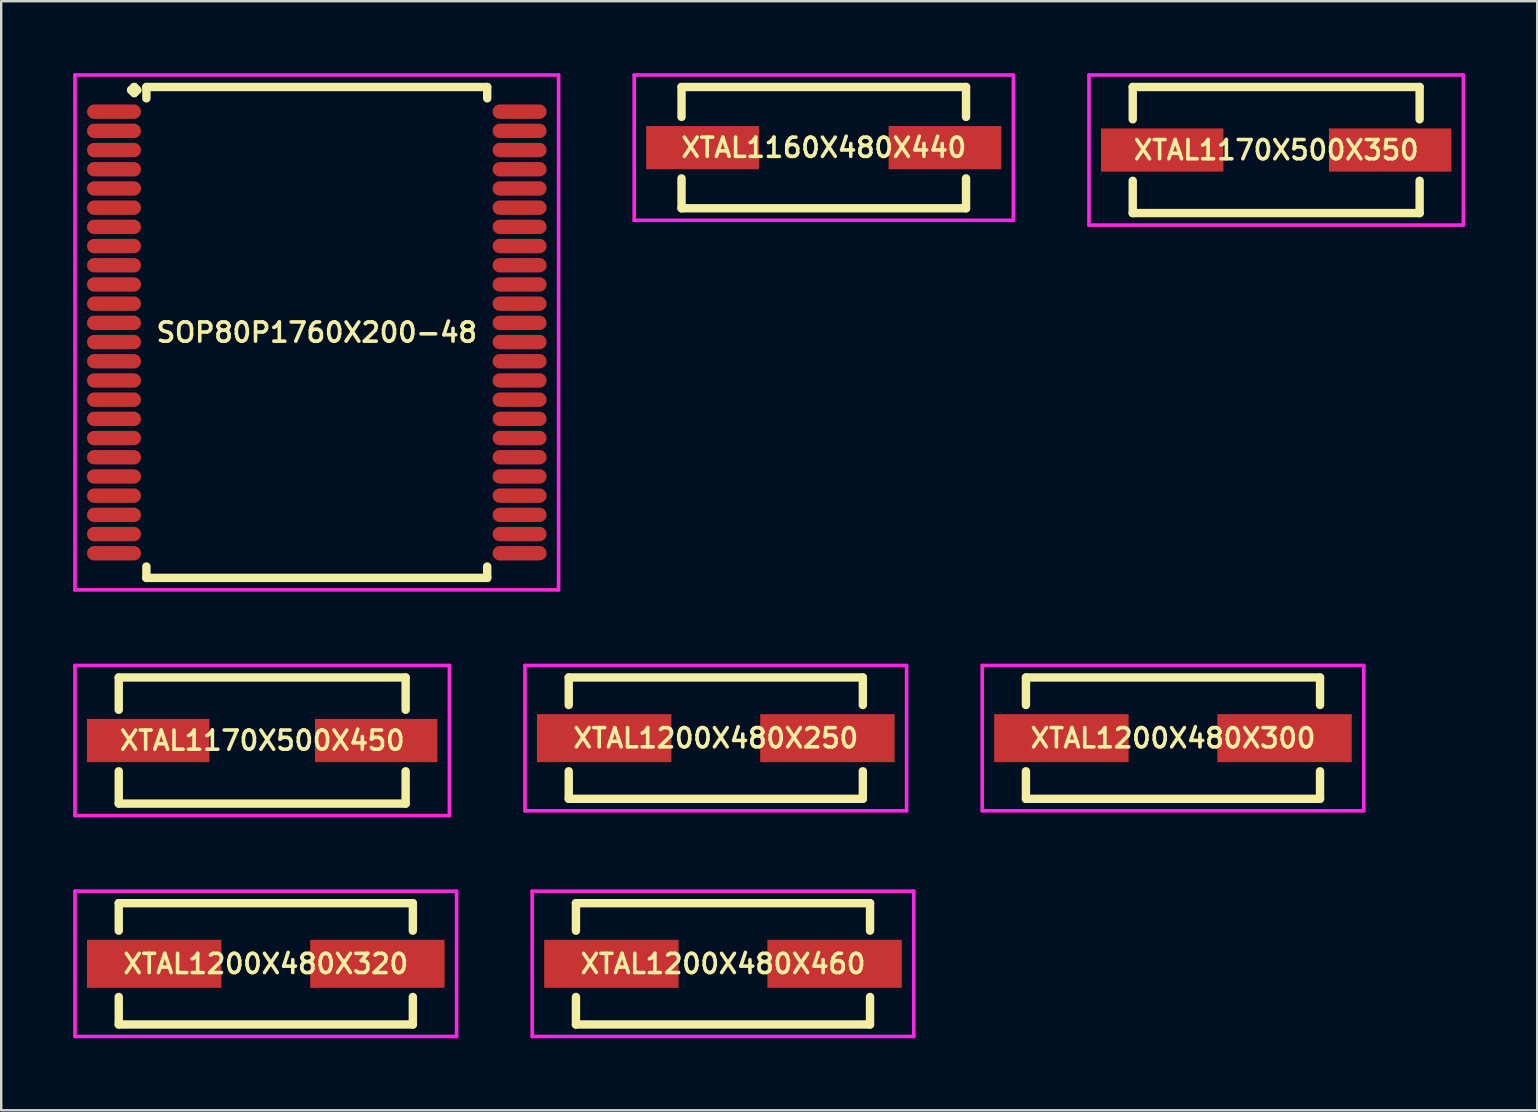
<source format=kicad_pcb>
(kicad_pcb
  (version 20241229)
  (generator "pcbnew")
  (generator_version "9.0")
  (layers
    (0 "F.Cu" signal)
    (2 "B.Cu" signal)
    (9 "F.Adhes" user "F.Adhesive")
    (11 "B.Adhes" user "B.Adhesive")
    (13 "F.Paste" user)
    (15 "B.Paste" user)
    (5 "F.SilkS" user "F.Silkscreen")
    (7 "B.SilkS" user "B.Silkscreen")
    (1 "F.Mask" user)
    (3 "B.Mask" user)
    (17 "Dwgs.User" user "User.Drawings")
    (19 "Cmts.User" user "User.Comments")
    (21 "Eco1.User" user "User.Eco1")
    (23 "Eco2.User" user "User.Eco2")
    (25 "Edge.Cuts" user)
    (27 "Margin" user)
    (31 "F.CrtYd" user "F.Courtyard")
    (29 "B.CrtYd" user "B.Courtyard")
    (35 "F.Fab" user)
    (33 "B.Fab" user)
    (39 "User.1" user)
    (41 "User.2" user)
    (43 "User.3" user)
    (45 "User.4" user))
  (footprint "XTAL1200X480X320"
    (layer "F.Cu")
    (at 8.025 37.11)
    (property "Reference" "XTAL1200X480X320" (at 0 0 0) (layer "F.SilkS") (effects (font (size 0.8 0.8) (thickness 0.15))))
    (attr smd)
    (fp_line (start -6.127 -2.527) (end 6.127 -2.527) (stroke (width 0.35) (type solid)) (layer "F.SilkS"))
    (fp_line (start -6.127 -1.381) (end -6.127 -2.527) (stroke (width 0.35) (type solid)) (layer "F.SilkS"))
    (fp_line (start -6.127 1.381) (end -6.127 2.527) (stroke (width 0.35) (type solid)) (layer "F.SilkS"))
    (fp_line (start -6.127 2.527) (end 6.127 2.527) (stroke (width 0.35) (type solid)) (layer "F.SilkS"))
    (fp_line (start 6.127 -2.527) (end 6.127 -1.381) (stroke (width 0.35) (type solid)) (layer "F.SilkS"))
    (fp_line (start 6.127 2.527) (end 6.127 1.381) (stroke (width 0.35) (type solid)) (layer "F.SilkS"))
    (fp_line (start -7.95 -3.027) (end 7.95 -3.027) (stroke (width 0.15) (type solid)) (layer "F.CrtYd"))
    (fp_line (start -7.95 3.027) (end -7.95 -3.027) (stroke (width 0.15) (type solid)) (layer "F.CrtYd"))
    (fp_line (start 7.95 -3.027) (end 7.95 3.027) (stroke (width 0.15) (type solid)) (layer "F.CrtYd"))
    (fp_line (start 7.95 3.027) (end -7.95 3.027) (stroke (width 0.15) (type solid)) (layer "F.CrtYd"))
    (pad "1" smd rect (at -4.65 0) (size 5.6 2) (layers "F.Cu" "F.Mask" "F.Paste"))
    (pad "2" smd rect (at 4.65 0) (size 5.6 2) (layers "F.Cu" "F.Mask" "F.Paste")))
  (footprint "XTAL1200X480X300"
    (layer "F.Cu")
    (at 45.825 27.706)
    (property "Reference" "XTAL1200X480X300" (at 0 0 0) (layer "F.SilkS") (effects (font (size 0.8 0.8) (thickness 0.15))))
    (attr smd)
    (fp_line (start -6.127 -2.527) (end 6.127 -2.527) (stroke (width 0.35) (type solid)) (layer "F.SilkS"))
    (fp_line (start -6.127 -1.381) (end -6.127 -2.527) (stroke (width 0.35) (type solid)) (layer "F.SilkS"))
    (fp_line (start -6.127 1.381) (end -6.127 2.527) (stroke (width 0.35) (type solid)) (layer "F.SilkS"))
    (fp_line (start -6.127 2.527) (end 6.127 2.527) (stroke (width 0.35) (type solid)) (layer "F.SilkS"))
    (fp_line (start 6.127 -2.527) (end 6.127 -1.381) (stroke (width 0.35) (type solid)) (layer "F.SilkS"))
    (fp_line (start 6.127 2.527) (end 6.127 1.381) (stroke (width 0.35) (type solid)) (layer "F.SilkS"))
    (fp_line (start -7.95 -3.027) (end 7.95 -3.027) (stroke (width 0.15) (type solid)) (layer "F.CrtYd"))
    (fp_line (start -7.95 3.027) (end -7.95 -3.027) (stroke (width 0.15) (type solid)) (layer "F.CrtYd"))
    (fp_line (start 7.95 -3.027) (end 7.95 3.027) (stroke (width 0.15) (type solid)) (layer "F.CrtYd"))
    (fp_line (start 7.95 3.027) (end -7.95 3.027) (stroke (width 0.15) (type solid)) (layer "F.CrtYd"))
    (pad "1" smd rect (at -4.65 0) (size 5.6 2) (layers "F.Cu" "F.Mask" "F.Paste"))
    (pad "2" smd rect (at 4.65 0) (size 5.6 2) (layers "F.Cu" "F.Mask" "F.Paste")))
  (footprint "XTAL1200X480X460"
    (layer "F.Cu")
    (at 27.075 37.11)
    (property "Reference" "XTAL1200X480X460" (at 0 0 0) (layer "F.SilkS") (effects (font (size 0.8 0.8) (thickness 0.15))))
    (attr smd)
    (fp_line (start -6.127 -2.527) (end 6.127 -2.527) (stroke (width 0.35) (type solid)) (layer "F.SilkS"))
    (fp_line (start -6.127 -1.381) (end -6.127 -2.527) (stroke (width 0.35) (type solid)) (layer "F.SilkS"))
    (fp_line (start -6.127 1.381) (end -6.127 2.527) (stroke (width 0.35) (type solid)) (layer "F.SilkS"))
    (fp_line (start -6.127 2.527) (end 6.127 2.527) (stroke (width 0.35) (type solid)) (layer "F.SilkS"))
    (fp_line (start 6.127 -2.527) (end 6.127 -1.381) (stroke (width 0.35) (type solid)) (layer "F.SilkS"))
    (fp_line (start 6.127 2.527) (end 6.127 1.381) (stroke (width 0.35) (type solid)) (layer "F.SilkS"))
    (fp_line (start -7.95 -3.027) (end 7.95 -3.027) (stroke (width 0.15) (type solid)) (layer "F.CrtYd"))
    (fp_line (start -7.95 3.027) (end -7.95 -3.027) (stroke (width 0.15) (type solid)) (layer "F.CrtYd"))
    (fp_line (start 7.95 -3.027) (end 7.95 3.027) (stroke (width 0.15) (type solid)) (layer "F.CrtYd"))
    (fp_line (start 7.95 3.027) (end -7.95 3.027) (stroke (width 0.15) (type solid)) (layer "F.CrtYd"))
    (pad "1" smd rect (at -4.65 0) (size 5.6 2) (layers "F.Cu" "F.Mask" "F.Paste"))
    (pad "2" smd rect (at 4.65 0) (size 5.6 2) (layers "F.Cu" "F.Mask" "F.Paste")))
  (footprint "SOP80P1760X200-48"
    (layer "F.Cu")
    (at 10.15 10.802)
    (property "Reference" "SOP80P1760X200-48" (at 0 0 0) (layer "F.SilkS") (effects (font (size 0.8 0.8) (thickness 0.15))))
    (attr smd)
    (fp_line (start -7.735 -10.1) (end -7.608 -10.227) (stroke (width 0.35) (type solid)) (layer "F.SilkS"))
    (fp_line (start -7.608 -10.227) (end -7.481 -10.1) (stroke (width 0.35) (type solid)) (layer "F.SilkS"))
    (fp_line (start -7.608 -9.973) (end -7.735 -10.1) (stroke (width 0.35) (type solid)) (layer "F.SilkS"))
    (fp_line (start -7.481 -10.1) (end -7.608 -9.973) (stroke (width 0.35) (type solid)) (layer "F.SilkS"))
    (fp_line (start -7.1 -10.227) (end 7.1 -10.227) (stroke (width 0.35) (type solid)) (layer "F.SilkS"))
    (fp_line (start -7.1 -9.754) (end -7.1 -10.227) (stroke (width 0.35) (type solid)) (layer "F.SilkS"))
    (fp_line (start -7.1 9.754) (end -7.1 10.227) (stroke (width 0.35) (type solid)) (layer "F.SilkS"))
    (fp_line (start -7.1 10.227) (end 7.1 10.227) (stroke (width 0.35) (type solid)) (layer "F.SilkS"))
    (fp_line (start 7.1 -10.227) (end 7.1 -9.754) (stroke (width 0.35) (type solid)) (layer "F.SilkS"))
    (fp_line (start 7.1 10.227) (end 7.1 9.754) (stroke (width 0.35) (type solid)) (layer "F.SilkS"))
    (fp_line (start -10.075 -10.727) (end 10.075 -10.727) (stroke (width 0.15) (type solid)) (layer "F.CrtYd"))
    (fp_line (start -10.075 10.727) (end -10.075 -10.727) (stroke (width 0.15) (type solid)) (layer "F.CrtYd"))
    (fp_line (start 10.075 -10.727) (end 10.075 10.727) (stroke (width 0.15) (type solid)) (layer "F.CrtYd"))
    (fp_line (start 10.075 10.727) (end -10.075 10.727) (stroke (width 0.15) (type solid)) (layer "F.CrtYd"))
    (pad "1" smd oval (at -8.45 -9.2) (size 2.25 0.6) (layers "F.Cu" "F.Mask" "F.Paste"))
    (pad "2" smd oval (at -8.45 -8.4) (size 2.25 0.6) (layers "F.Cu" "F.Mask" "F.Paste"))
    (pad "3" smd oval (at -8.45 -7.6) (size 2.25 0.6) (layers "F.Cu" "F.Mask" "F.Paste"))
    (pad "4" smd oval (at -8.45 -6.8) (size 2.25 0.6) (layers "F.Cu" "F.Mask" "F.Paste"))
    (pad "5" smd oval (at -8.45 -6) (size 2.25 0.6) (layers "F.Cu" "F.Mask" "F.Paste"))
    (pad "6" smd oval (at -8.45 -5.2) (size 2.25 0.6) (layers "F.Cu" "F.Mask" "F.Paste"))
    (pad "7" smd oval (at -8.45 -4.4) (size 2.25 0.6) (layers "F.Cu" "F.Mask" "F.Paste"))
    (pad "8" smd oval (at -8.45 -3.6) (size 2.25 0.6) (layers "F.Cu" "F.Mask" "F.Paste"))
    (pad "9" smd oval (at -8.45 -2.8) (size 2.25 0.6) (layers "F.Cu" "F.Mask" "F.Paste"))
    (pad "10" smd oval (at -8.45 -2) (size 2.25 0.6) (layers "F.Cu" "F.Mask" "F.Paste"))
    (pad "11" smd oval (at -8.45 -1.2) (size 2.25 0.6) (layers "F.Cu" "F.Mask" "F.Paste"))
    (pad "12" smd oval (at -8.45 -0.4) (size 2.25 0.6) (layers "F.Cu" "F.Mask" "F.Paste"))
    (pad "13" smd oval (at -8.45 0.4) (size 2.25 0.6) (layers "F.Cu" "F.Mask" "F.Paste"))
    (pad "14" smd oval (at -8.45 1.2) (size 2.25 0.6) (layers "F.Cu" "F.Mask" "F.Paste"))
    (pad "15" smd oval (at -8.45 2) (size 2.25 0.6) (layers "F.Cu" "F.Mask" "F.Paste"))
    (pad "16" smd oval (at -8.45 2.8) (size 2.25 0.6) (layers "F.Cu" "F.Mask" "F.Paste"))
    (pad "17" smd oval (at -8.45 3.6) (size 2.25 0.6) (layers "F.Cu" "F.Mask" "F.Paste"))
    (pad "18" smd oval (at -8.45 4.4) (size 2.25 0.6) (layers "F.Cu" "F.Mask" "F.Paste"))
    (pad "19" smd oval (at -8.45 5.2) (size 2.25 0.6) (layers "F.Cu" "F.Mask" "F.Paste"))
    (pad "20" smd oval (at -8.45 6) (size 2.25 0.6) (layers "F.Cu" "F.Mask" "F.Paste"))
    (pad "21" smd oval (at -8.45 6.8) (size 2.25 0.6) (layers "F.Cu" "F.Mask" "F.Paste"))
    (pad "22" smd oval (at -8.45 7.6) (size 2.25 0.6) (layers "F.Cu" "F.Mask" "F.Paste"))
    (pad "23" smd oval (at -8.45 8.4) (size 2.25 0.6) (layers "F.Cu" "F.Mask" "F.Paste"))
    (pad "24" smd oval (at -8.45 9.2) (size 2.25 0.6) (layers "F.Cu" "F.Mask" "F.Paste"))
    (pad "25" smd oval (at 8.45 9.2) (size 2.25 0.6) (layers "F.Cu" "F.Mask" "F.Paste"))
    (pad "26" smd oval (at 8.45 8.4) (size 2.25 0.6) (layers "F.Cu" "F.Mask" "F.Paste"))
    (pad "27" smd oval (at 8.45 7.6) (size 2.25 0.6) (layers "F.Cu" "F.Mask" "F.Paste"))
    (pad "28" smd oval (at 8.45 6.8) (size 2.25 0.6) (layers "F.Cu" "F.Mask" "F.Paste"))
    (pad "29" smd oval (at 8.45 6) (size 2.25 0.6) (layers "F.Cu" "F.Mask" "F.Paste"))
    (pad "30" smd oval (at 8.45 5.2) (size 2.25 0.6) (layers "F.Cu" "F.Mask" "F.Paste"))
    (pad "31" smd oval (at 8.45 4.4) (size 2.25 0.6) (layers "F.Cu" "F.Mask" "F.Paste"))
    (pad "32" smd oval (at 8.45 3.6) (size 2.25 0.6) (layers "F.Cu" "F.Mask" "F.Paste"))
    (pad "33" smd oval (at 8.45 2.8) (size 2.25 0.6) (layers "F.Cu" "F.Mask" "F.Paste"))
    (pad "34" smd oval (at 8.45 2) (size 2.25 0.6) (layers "F.Cu" "F.Mask" "F.Paste"))
    (pad "35" smd oval (at 8.45 1.2) (size 2.25 0.6) (layers "F.Cu" "F.Mask" "F.Paste"))
    (pad "36" smd oval (at 8.45 0.4) (size 2.25 0.6) (layers "F.Cu" "F.Mask" "F.Paste"))
    (pad "37" smd oval (at 8.45 -0.4) (size 2.25 0.6) (layers "F.Cu" "F.Mask" "F.Paste"))
    (pad "38" smd oval (at 8.45 -1.2) (size 2.25 0.6) (layers "F.Cu" "F.Mask" "F.Paste"))
    (pad "39" smd oval (at 8.45 -2) (size 2.25 0.6) (layers "F.Cu" "F.Mask" "F.Paste"))
    (pad "40" smd oval (at 8.45 -2.8) (size 2.25 0.6) (layers "F.Cu" "F.Mask" "F.Paste"))
    (pad "41" smd oval (at 8.45 -3.6) (size 2.25 0.6) (layers "F.Cu" "F.Mask" "F.Paste"))
    (pad "42" smd oval (at 8.45 -4.4) (size 2.25 0.6) (layers "F.Cu" "F.Mask" "F.Paste"))
    (pad "43" smd oval (at 8.45 -5.2) (size 2.25 0.6) (layers "F.Cu" "F.Mask" "F.Paste"))
    (pad "44" smd oval (at 8.45 -6) (size 2.25 0.6) (layers "F.Cu" "F.Mask" "F.Paste"))
    (pad "45" smd oval (at 8.45 -6.8) (size 2.25 0.6) (layers "F.Cu" "F.Mask" "F.Paste"))
    (pad "46" smd oval (at 8.45 -7.6) (size 2.25 0.6) (layers "F.Cu" "F.Mask" "F.Paste"))
    (pad "47" smd oval (at 8.45 -8.4) (size 2.25 0.6) (layers "F.Cu" "F.Mask" "F.Paste"))
    (pad "48" smd oval (at 8.45 -9.2) (size 2.25 0.6) (layers "F.Cu" "F.Mask" "F.Paste")))
  (footprint "XTAL1170X500X450"
    (layer "F.Cu")
    (at 7.875 27.806)
    (property "Reference" "XTAL1170X500X450" (at 0 0 0) (layer "F.SilkS") (effects (font (size 0.8 0.8) (thickness 0.15))))
    (attr smd)
    (fp_line (start -5.977 -2.627) (end 5.977 -2.627) (stroke (width 0.35) (type solid)) (layer "F.SilkS"))
    (fp_line (start -5.977 -1.281) (end -5.977 -2.627) (stroke (width 0.35) (type solid)) (layer "F.SilkS"))
    (fp_line (start -5.977 1.281) (end -5.977 2.627) (stroke (width 0.35) (type solid)) (layer "F.SilkS"))
    (fp_line (start -5.977 2.627) (end 5.977 2.627) (stroke (width 0.35) (type solid)) (layer "F.SilkS"))
    (fp_line (start 5.977 -2.627) (end 5.977 -1.281) (stroke (width 0.35) (type solid)) (layer "F.SilkS"))
    (fp_line (start 5.977 2.627) (end 5.977 1.281) (stroke (width 0.35) (type solid)) (layer "F.SilkS"))
    (fp_line (start -7.8 -3.127) (end 7.8 -3.127) (stroke (width 0.15) (type solid)) (layer "F.CrtYd"))
    (fp_line (start -7.8 3.127) (end -7.8 -3.127) (stroke (width 0.15) (type solid)) (layer "F.CrtYd"))
    (fp_line (start 7.8 -3.127) (end 7.8 3.127) (stroke (width 0.15) (type solid)) (layer "F.CrtYd"))
    (fp_line (start 7.8 3.127) (end -7.8 3.127) (stroke (width 0.15) (type solid)) (layer "F.CrtYd"))
    (pad "1" smd rect (at -4.75 0) (size 5.1 1.8) (layers "F.Cu" "F.Mask" "F.Paste"))
    (pad "2" smd rect (at 4.75 0) (size 5.1 1.8) (layers "F.Cu" "F.Mask" "F.Paste")))
  (footprint "XTAL1170X500X350"
    (layer "F.Cu")
    (at 50.125 3.202)
    (property "Reference" "XTAL1170X500X350" (at 0 0 0) (layer "F.SilkS") (effects (font (size 0.8 0.8) (thickness 0.15))))
    (attr smd)
    (fp_line (start -5.977 -2.627) (end 5.977 -2.627) (stroke (width 0.35) (type solid)) (layer "F.SilkS"))
    (fp_line (start -5.977 -1.281) (end -5.977 -2.627) (stroke (width 0.35) (type solid)) (layer "F.SilkS"))
    (fp_line (start -5.977 1.281) (end -5.977 2.627) (stroke (width 0.35) (type solid)) (layer "F.SilkS"))
    (fp_line (start -5.977 2.627) (end 5.977 2.627) (stroke (width 0.35) (type solid)) (layer "F.SilkS"))
    (fp_line (start 5.977 -2.627) (end 5.977 -1.281) (stroke (width 0.35) (type solid)) (layer "F.SilkS"))
    (fp_line (start 5.977 2.627) (end 5.977 1.281) (stroke (width 0.35) (type solid)) (layer "F.SilkS"))
    (fp_line (start -7.8 -3.127) (end 7.8 -3.127) (stroke (width 0.15) (type solid)) (layer "F.CrtYd"))
    (fp_line (start -7.8 3.127) (end -7.8 -3.127) (stroke (width 0.15) (type solid)) (layer "F.CrtYd"))
    (fp_line (start 7.8 -3.127) (end 7.8 3.127) (stroke (width 0.15) (type solid)) (layer "F.CrtYd"))
    (fp_line (start 7.8 3.127) (end -7.8 3.127) (stroke (width 0.15) (type solid)) (layer "F.CrtYd"))
    (pad "1" smd rect (at -4.75 0) (size 5.1 1.8) (layers "F.Cu" "F.Mask" "F.Paste"))
    (pad "2" smd rect (at 4.75 0) (size 5.1 1.8) (layers "F.Cu" "F.Mask" "F.Paste")))
  (footprint "XTAL1200X480X250"
    (layer "F.Cu")
    (at 26.775 27.706)
    (property "Reference" "XTAL1200X480X250" (at 0 0 0) (layer "F.SilkS") (effects (font (size 0.8 0.8) (thickness 0.15))))
    (attr smd)
    (fp_line (start -6.127 -2.527) (end 6.127 -2.527) (stroke (width 0.35) (type solid)) (layer "F.SilkS"))
    (fp_line (start -6.127 -1.381) (end -6.127 -2.527) (stroke (width 0.35) (type solid)) (layer "F.SilkS"))
    (fp_line (start -6.127 1.381) (end -6.127 2.527) (stroke (width 0.35) (type solid)) (layer "F.SilkS"))
    (fp_line (start -6.127 2.527) (end 6.127 2.527) (stroke (width 0.35) (type solid)) (layer "F.SilkS"))
    (fp_line (start 6.127 -2.527) (end 6.127 -1.381) (stroke (width 0.35) (type solid)) (layer "F.SilkS"))
    (fp_line (start 6.127 2.527) (end 6.127 1.381) (stroke (width 0.35) (type solid)) (layer "F.SilkS"))
    (fp_line (start -7.95 -3.027) (end 7.95 -3.027) (stroke (width 0.15) (type solid)) (layer "F.CrtYd"))
    (fp_line (start -7.95 3.027) (end -7.95 -3.027) (stroke (width 0.15) (type solid)) (layer "F.CrtYd"))
    (fp_line (start 7.95 -3.027) (end 7.95 3.027) (stroke (width 0.15) (type solid)) (layer "F.CrtYd"))
    (fp_line (start 7.95 3.027) (end -7.95 3.027) (stroke (width 0.15) (type solid)) (layer "F.CrtYd"))
    (pad "1" smd rect (at -4.65 0) (size 5.6 2) (layers "F.Cu" "F.Mask" "F.Paste"))
    (pad "2" smd rect (at 4.65 0) (size 5.6 2) (layers "F.Cu" "F.Mask" "F.Paste")))
  (footprint "XTAL1160X480X440"
    (layer "F.Cu")
    (at 31.275 3.102)
    (property "Reference" "XTAL1160X480X440" (at 0 0 0) (layer "F.SilkS") (effects (font (size 0.8 0.8) (thickness 0.15))))
    (attr smd)
    (fp_line (start -5.927 -2.527) (end 5.927 -2.527) (stroke (width 0.35) (type solid)) (layer "F.SilkS"))
    (fp_line (start -5.927 -1.281) (end -5.927 -2.527) (stroke (width 0.35) (type solid)) (layer "F.SilkS"))
    (fp_line (start -5.927 1.281) (end -5.927 2.527) (stroke (width 0.35) (type solid)) (layer "F.SilkS"))
    (fp_line (start -5.927 2.527) (end 5.927 2.527) (stroke (width 0.35) (type solid)) (layer "F.SilkS"))
    (fp_line (start 5.927 -2.527) (end 5.927 -1.281) (stroke (width 0.35) (type solid)) (layer "F.SilkS"))
    (fp_line (start 5.927 2.527) (end 5.927 1.281) (stroke (width 0.35) (type solid)) (layer "F.SilkS"))
    (fp_line (start -7.9 -3.027) (end 7.9 -3.027) (stroke (width 0.15) (type solid)) (layer "F.CrtYd"))
    (fp_line (start -7.9 3.027) (end -7.9 -3.027) (stroke (width 0.15) (type solid)) (layer "F.CrtYd"))
    (fp_line (start 7.9 -3.027) (end 7.9 3.027) (stroke (width 0.15) (type solid)) (layer "F.CrtYd"))
    (fp_line (start 7.9 3.027) (end -7.9 3.027) (stroke (width 0.15) (type solid)) (layer "F.CrtYd"))
    (pad "1" smd rect (at -5.05 0) (size 4.7 1.8) (layers "F.Cu" "F.Mask" "F.Paste"))
    (pad "2" smd rect (at 5.05 0) (size 4.7 1.8) (layers "F.Cu" "F.Mask" "F.Paste")))
  (gr_rect
    (start -3 -3)
    (end 61 43.212)
    (stroke (width 0.1) (type default))
    (fill no)
    (layer "Edge.Cuts")))
</source>
